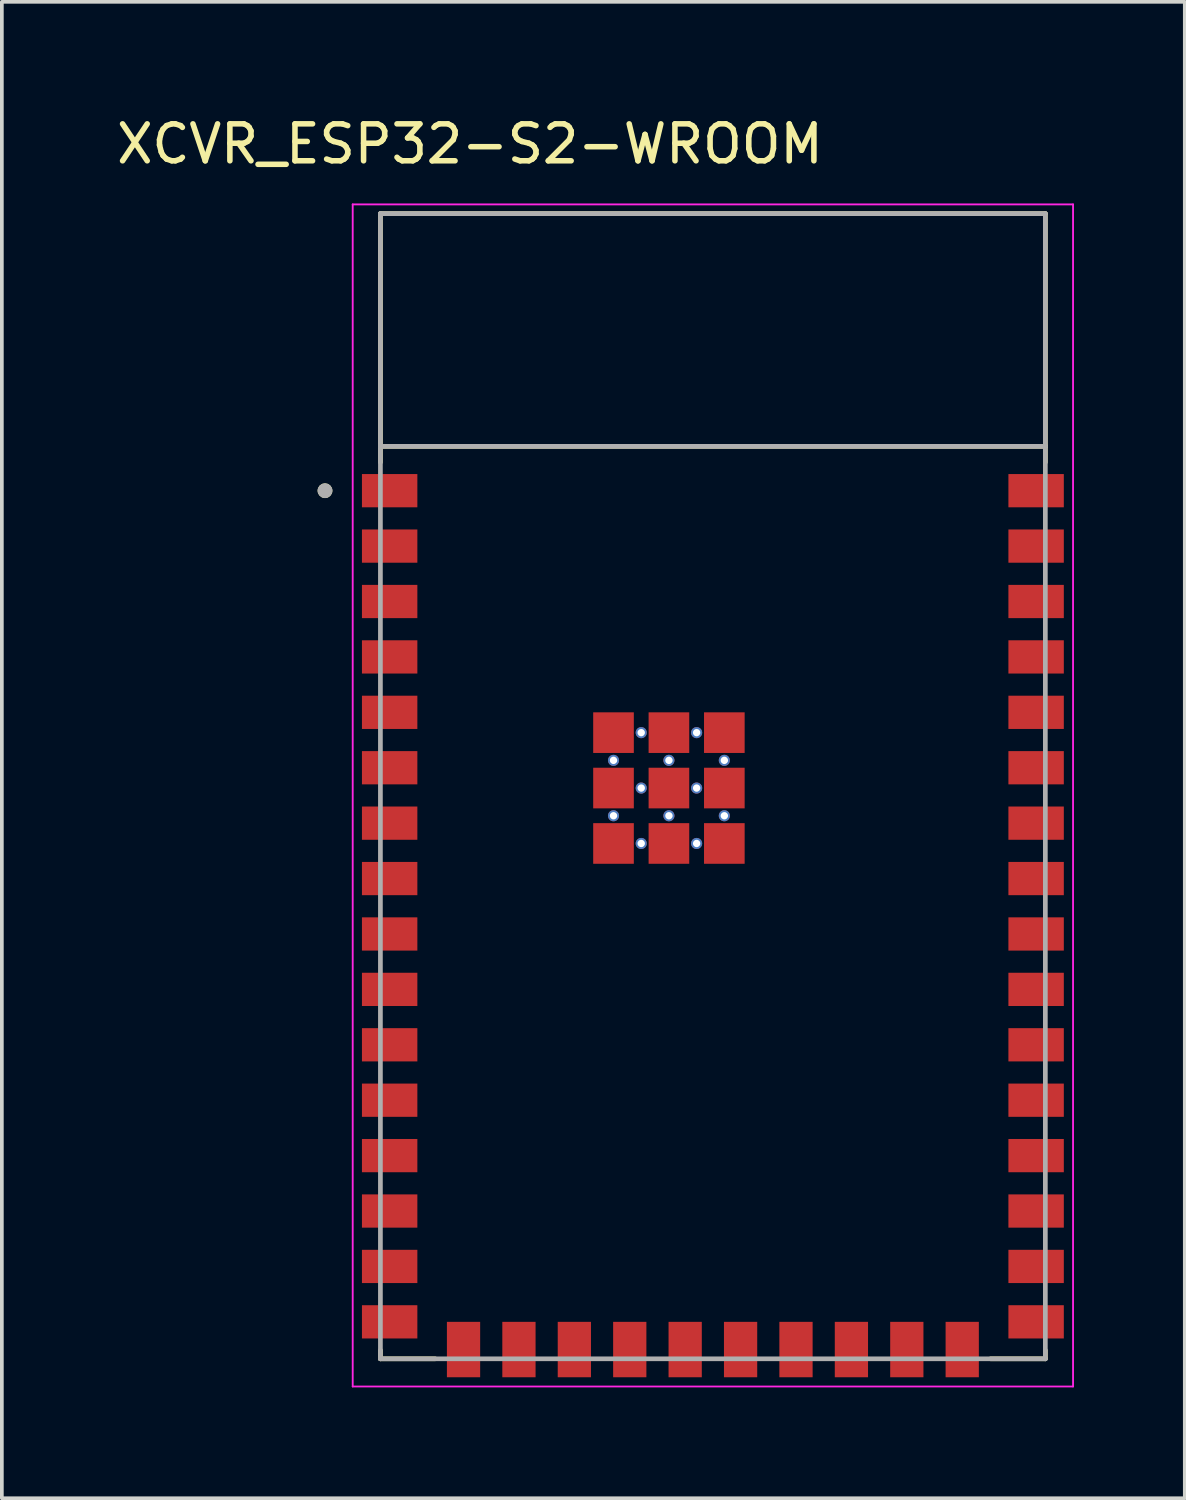
<source format=kicad_pcb>
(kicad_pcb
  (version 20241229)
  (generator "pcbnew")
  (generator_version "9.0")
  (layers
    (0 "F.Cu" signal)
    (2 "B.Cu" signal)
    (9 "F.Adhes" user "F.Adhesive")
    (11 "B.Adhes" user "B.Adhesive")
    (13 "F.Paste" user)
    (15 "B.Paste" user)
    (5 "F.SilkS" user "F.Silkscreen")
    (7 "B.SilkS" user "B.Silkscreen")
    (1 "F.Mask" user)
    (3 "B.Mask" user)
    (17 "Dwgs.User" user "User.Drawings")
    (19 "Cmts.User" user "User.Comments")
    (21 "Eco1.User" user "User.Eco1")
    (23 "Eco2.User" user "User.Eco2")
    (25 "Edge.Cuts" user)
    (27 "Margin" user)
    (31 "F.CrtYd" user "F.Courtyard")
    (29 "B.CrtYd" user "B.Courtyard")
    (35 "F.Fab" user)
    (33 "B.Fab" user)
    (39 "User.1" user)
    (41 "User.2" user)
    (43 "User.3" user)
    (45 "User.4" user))
  (footprint "XCVR_ESP32-S2-WROOM"
    (layer "F.Cu")
    (at 16.248 18.233)
    (property "Reference" "XCVR_ESP32-S2-WROOM" (at -6.575 -17.385 0) (layer "F.SilkS") (effects (font (size 1 1) (thickness 0.15))))
    (attr smd)
    (fp_line (start -9 -15.5) (end -9 -9.2) (stroke (width 0.127) (type solid)) (layer "F.SilkS"))
    (fp_line (start -9 -9.2) (end -9 -8.77) (stroke (width 0.127) (type solid)) (layer "F.SilkS"))
    (fp_line (start -9 15.5) (end -9 15.27) (stroke (width 0.127) (type solid)) (layer "F.SilkS"))
    (fp_line (start -9 15.5) (end -7.52 15.5) (stroke (width 0.127) (type solid)) (layer "F.SilkS"))
    (fp_line (start 7.52 15.5) (end 9 15.5) (stroke (width 0.127) (type solid)) (layer "F.SilkS"))
    (fp_line (start 9 -15.5) (end -9 -15.5) (stroke (width 0.127) (type solid)) (layer "F.SilkS"))
    (fp_line (start 9 -9.2) (end -9 -9.2) (stroke (width 0.127) (type solid)) (layer "F.SilkS"))
    (fp_line (start 9 -9.2) (end 9 -15.5) (stroke (width 0.127) (type solid)) (layer "F.SilkS"))
    (fp_line (start 9 -8.77) (end 9 -9.2) (stroke (width 0.127) (type solid)) (layer "F.SilkS"))
    (fp_line (start 9 15.5) (end 9 15.27) (stroke (width 0.127) (type solid)) (layer "F.SilkS"))
    (fp_circle (center -10.5 -8) (end -10.4 -8) (stroke (width 0.2) (type solid)) (fill no) (layer "F.SilkS"))
    (fp_line (start -9.75 -15.75) (end -9.75 16.25) (stroke (width 0.05) (type solid)) (layer "F.CrtYd"))
    (fp_line (start -9.75 16.25) (end 9.75 16.25) (stroke (width 0.05) (type solid)) (layer "F.CrtYd"))
    (fp_line (start 9.75 -15.75) (end -9.75 -15.75) (stroke (width 0.05) (type solid)) (layer "F.CrtYd"))
    (fp_line (start 9.75 16.25) (end 9.75 -15.75) (stroke (width 0.05) (type solid)) (layer "F.CrtYd"))
    (fp_line (start -9 -15.5) (end -9 -9.2) (stroke (width 0.127) (type solid)) (layer "F.Fab"))
    (fp_line (start -9 -9.2) (end -9 15.5) (stroke (width 0.127) (type solid)) (layer "F.Fab"))
    (fp_line (start -9 15.5) (end 9 15.5) (stroke (width 0.127) (type solid)) (layer "F.Fab"))
    (fp_line (start 9 -15.5) (end -9 -15.5) (stroke (width 0.127) (type solid)) (layer "F.Fab"))
    (fp_line (start 9 -9.2) (end -9 -9.2) (stroke (width 0.127) (type solid)) (layer "F.Fab"))
    (fp_line (start 9 -9.2) (end 9 -15.5) (stroke (width 0.127) (type solid)) (layer "F.Fab"))
    (fp_line (start 9 15.5) (end 9 -9.2) (stroke (width 0.127) (type solid)) (layer "F.Fab"))
    (fp_circle (center -10.5 -8) (end -10.4 -8) (stroke (width 0.2) (type solid)) (fill no) (layer "F.Fab"))
    (pad "1" smd rect (at -8.75 -8) (size 1.5 0.9) (layers "F.Cu" "F.Mask" "F.Paste"))
    (pad "2" smd rect (at -8.75 -6.5) (size 1.5 0.9) (layers "F.Cu" "F.Mask" "F.Paste"))
    (pad "3" smd rect (at -8.75 -5) (size 1.5 0.9) (layers "F.Cu" "F.Mask" "F.Paste"))
    (pad "4" smd rect (at -8.75 -3.5) (size 1.5 0.9) (layers "F.Cu" "F.Mask" "F.Paste"))
    (pad "5" smd rect (at -8.75 -2) (size 1.5 0.9) (layers "F.Cu" "F.Mask" "F.Paste"))
    (pad "6" smd rect (at -8.75 -0.5) (size 1.5 0.9) (layers "F.Cu" "F.Mask" "F.Paste"))
    (pad "7" smd rect (at -8.75 1) (size 1.5 0.9) (layers "F.Cu" "F.Mask" "F.Paste"))
    (pad "8" smd rect (at -8.75 2.5) (size 1.5 0.9) (layers "F.Cu" "F.Mask" "F.Paste"))
    (pad "9" smd rect (at -8.75 4) (size 1.5 0.9) (layers "F.Cu" "F.Mask" "F.Paste"))
    (pad "10" smd rect (at -8.75 5.5) (size 1.5 0.9) (layers "F.Cu" "F.Mask" "F.Paste"))
    (pad "11" smd rect (at -8.75 7) (size 1.5 0.9) (layers "F.Cu" "F.Mask" "F.Paste"))
    (pad "12" smd rect (at -8.75 8.5) (size 1.5 0.9) (layers "F.Cu" "F.Mask" "F.Paste"))
    (pad "13" smd rect (at -8.75 10) (size 1.5 0.9) (layers "F.Cu" "F.Mask" "F.Paste"))
    (pad "14" smd rect (at -8.75 11.5) (size 1.5 0.9) (layers "F.Cu" "F.Mask" "F.Paste"))
    (pad "15" smd rect (at -8.75 13) (size 1.5 0.9) (layers "F.Cu" "F.Mask" "F.Paste"))
    (pad "16" smd rect (at -8.75 14.5) (size 1.5 0.9) (layers "F.Cu" "F.Mask" "F.Paste"))
    (pad "17" smd rect (at -6.75 15.25) (size 0.9 1.5) (layers "F.Cu" "F.Mask" "F.Paste"))
    (pad "18" smd rect (at -5.25 15.25) (size 0.9 1.5) (layers "F.Cu" "F.Mask" "F.Paste"))
    (pad "19" smd rect (at -3.75 15.25) (size 0.9 1.5) (layers "F.Cu" "F.Mask" "F.Paste"))
    (pad "20" smd rect (at -2.25 15.25) (size 0.9 1.5) (layers "F.Cu" "F.Mask" "F.Paste"))
    (pad "21" smd rect (at -0.75 15.25) (size 0.9 1.5) (layers "F.Cu" "F.Mask" "F.Paste"))
    (pad "22" smd rect (at 0.75 15.25) (size 0.9 1.5) (layers "F.Cu" "F.Mask" "F.Paste"))
    (pad "23" smd rect (at 2.25 15.25) (size 0.9 1.5) (layers "F.Cu" "F.Mask" "F.Paste"))
    (pad "24" smd rect (at 3.75 15.25) (size 0.9 1.5) (layers "F.Cu" "F.Mask" "F.Paste"))
    (pad "25" smd rect (at 5.25 15.25) (size 0.9 1.5) (layers "F.Cu" "F.Mask" "F.Paste"))
    (pad "26" smd rect (at 6.75 15.25) (size 0.9 1.5) (layers "F.Cu" "F.Mask" "F.Paste"))
    (pad "27" smd rect (at 8.75 14.5) (size 1.5 0.9) (layers "F.Cu" "F.Mask" "F.Paste"))
    (pad "28" smd rect (at 8.75 13) (size 1.5 0.9) (layers "F.Cu" "F.Mask" "F.Paste"))
    (pad "29" smd rect (at 8.75 11.5) (size 1.5 0.9) (layers "F.Cu" "F.Mask" "F.Paste"))
    (pad "30" smd rect (at 8.75 10) (size 1.5 0.9) (layers "F.Cu" "F.Mask" "F.Paste"))
    (pad "31" smd rect (at 8.75 8.5) (size 1.5 0.9) (layers "F.Cu" "F.Mask" "F.Paste"))
    (pad "32" smd rect (at 8.75 7) (size 1.5 0.9) (layers "F.Cu" "F.Mask" "F.Paste"))
    (pad "33" smd rect (at 8.75 5.5) (size 1.5 0.9) (layers "F.Cu" "F.Mask" "F.Paste"))
    (pad "34" smd rect (at 8.75 4) (size 1.5 0.9) (layers "F.Cu" "F.Mask" "F.Paste"))
    (pad "35" smd rect (at 8.75 2.5) (size 1.5 0.9) (layers "F.Cu" "F.Mask" "F.Paste"))
    (pad "36" smd rect (at 8.75 1) (size 1.5 0.9) (layers "F.Cu" "F.Mask" "F.Paste"))
    (pad "37" smd rect (at 8.75 -0.5) (size 1.5 0.9) (layers "F.Cu" "F.Mask" "F.Paste"))
    (pad "38" smd rect (at 8.75 -2) (size 1.5 0.9) (layers "F.Cu" "F.Mask" "F.Paste"))
    (pad "39" smd rect (at 8.75 -3.5) (size 1.5 0.9) (layers "F.Cu" "F.Mask" "F.Paste"))
    (pad "40" smd rect (at 8.75 -5) (size 1.5 0.9) (layers "F.Cu" "F.Mask" "F.Paste"))
    (pad "41" smd rect (at 8.75 -6.5) (size 1.5 0.9) (layers "F.Cu" "F.Mask" "F.Paste"))
    (pad "42" smd rect (at 8.75 -8) (size 1.5 0.9) (layers "F.Cu" "F.Mask" "F.Paste"))
    (pad "43" smd rect (at -2.69 -1.45) (size 1.1 1.1) (layers "F.Cu" "F.Mask" "F.Paste"))
    (pad "44" smd rect (at -1.19 -1.45) (size 1.1 1.1) (layers "F.Cu" "F.Mask" "F.Paste"))
    (pad "45" smd rect (at 0.31 -1.45) (size 1.1 1.1) (layers "F.Cu" "F.Mask" "F.Paste"))
    (pad "46" smd rect (at -2.69 0.05) (size 1.1 1.1) (layers "F.Cu" "F.Mask" "F.Paste"))
    (pad "47" smd rect (at -1.19 0.05) (size 1.1 1.1) (layers "F.Cu" "F.Mask" "F.Paste"))
    (pad "48" smd rect (at 0.31 0.05) (size 1.1 1.1) (layers "F.Cu" "F.Mask" "F.Paste"))
    (pad "49" smd rect (at -2.69 1.55) (size 1.1 1.1) (layers "F.Cu" "F.Mask" "F.Paste"))
    (pad "50" smd rect (at -1.19 1.55) (size 1.1 1.1) (layers "F.Cu" "F.Mask" "F.Paste"))
    (pad "51" smd rect (at 0.31 1.55) (size 1.1 1.1) (layers "F.Cu" "F.Mask" "F.Paste"))
    (pad "52" thru_hole circle (at -1.94 -1.45) (size 0.3 0.3) (drill 0.2) (layers "*.Cu"))
    (pad "53" thru_hole circle (at -0.44 -1.45) (size 0.3 0.3) (drill 0.2) (layers "*.Cu"))
    (pad "54" thru_hole circle (at -2.69 -0.7) (size 0.3 0.3) (drill 0.2) (layers "*.Cu"))
    (pad "55" thru_hole circle (at -1.19 -0.7) (size 0.3 0.3) (drill 0.2) (layers "*.Cu"))
    (pad "56" thru_hole circle (at 0.31 -0.7) (size 0.3 0.3) (drill 0.2) (layers "*.Cu"))
    (pad "57" thru_hole circle (at -1.94 0.05) (size 0.3 0.3) (drill 0.2) (layers "*.Cu"))
    (pad "58" thru_hole circle (at -0.44 0.05) (size 0.3 0.3) (drill 0.2) (layers "*.Cu"))
    (pad "59" thru_hole circle (at -2.69 0.8) (size 0.3 0.3) (drill 0.2) (layers "*.Cu"))
    (pad "60" thru_hole circle (at -1.19 0.8) (size 0.3 0.3) (drill 0.2) (layers "*.Cu"))
    (pad "61" thru_hole circle (at 0.31 0.8) (size 0.3 0.3) (drill 0.2) (layers "*.Cu"))
    (pad "62" thru_hole circle (at -1.94 1.55) (size 0.3 0.3) (drill 0.2) (layers "*.Cu"))
    (pad "63" thru_hole circle (at -0.44 1.55) (size 0.3 0.3) (drill 0.2) (layers "*.Cu")))
  (gr_rect
    (start -3 -3)
    (end 29.023 37.508)
    (stroke (width 0.1) (type default))
    (fill no)
    (layer "Edge.Cuts")))
</source>
